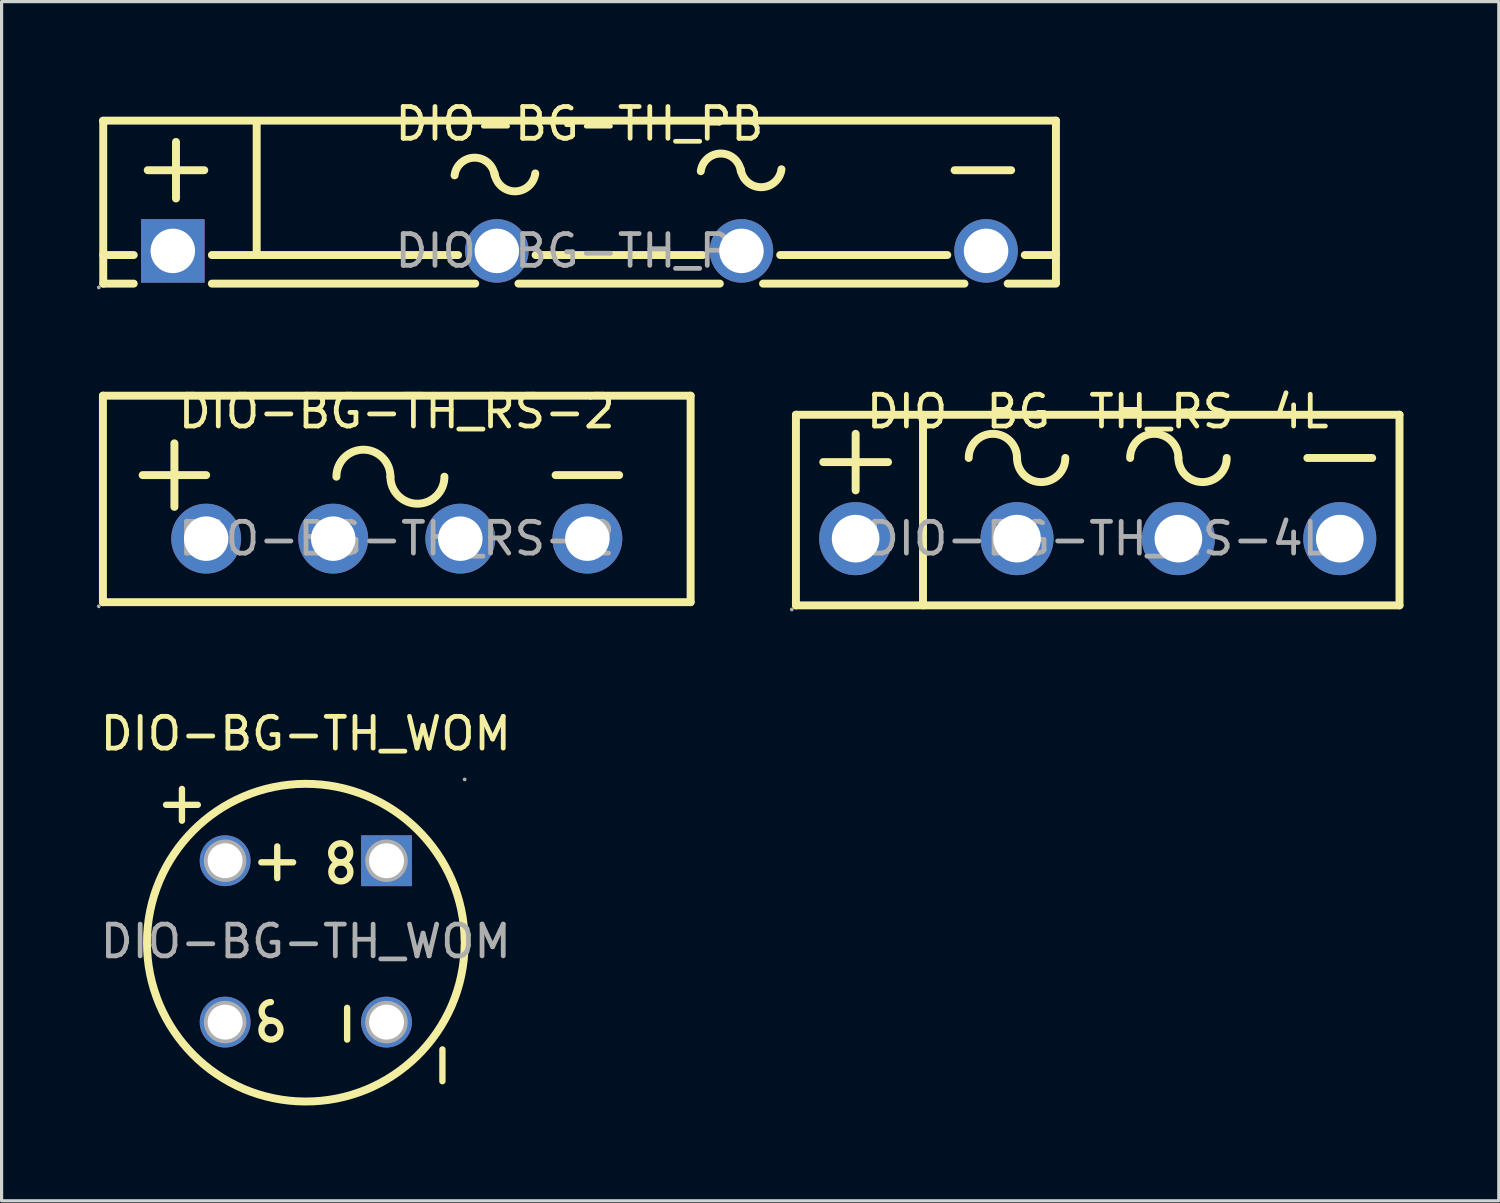
<source format=kicad_pcb>
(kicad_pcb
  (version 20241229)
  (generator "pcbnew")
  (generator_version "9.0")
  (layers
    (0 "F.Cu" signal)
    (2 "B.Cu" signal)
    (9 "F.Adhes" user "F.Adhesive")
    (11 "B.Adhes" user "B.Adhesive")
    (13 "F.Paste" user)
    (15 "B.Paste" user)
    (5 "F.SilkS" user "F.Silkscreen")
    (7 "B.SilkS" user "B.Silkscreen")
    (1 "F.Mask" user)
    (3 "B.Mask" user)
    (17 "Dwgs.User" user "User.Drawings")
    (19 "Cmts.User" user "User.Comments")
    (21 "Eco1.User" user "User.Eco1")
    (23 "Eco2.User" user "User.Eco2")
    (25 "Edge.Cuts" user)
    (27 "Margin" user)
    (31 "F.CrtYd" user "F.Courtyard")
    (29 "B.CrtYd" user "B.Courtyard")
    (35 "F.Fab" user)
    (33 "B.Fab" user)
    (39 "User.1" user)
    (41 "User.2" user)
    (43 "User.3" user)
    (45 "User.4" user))
  (footprint "DIO-BG-TH_WOM"
    (layer "F.Cu")
    (at 6.577 26.585)
    (property "Reference" "DIO-BG-TH_WOM" (at 0 -6.54 0) (layer "F.SilkS") (effects (font (size 1 1) (thickness 0.15))))
    (attr through_hole)
    (fp_line (start -4.4 -4.3) (end -3.4 -4.3) (stroke (width 0.2) (type solid)) (layer "F.SilkS"))
    (fp_line (start -3.9 -3.8) (end -3.9 -4.8) (stroke (width 0.2) (type solid)) (layer "F.SilkS"))
    (fp_line (start -1.4 -2.49) (end -0.4 -2.49) (stroke (width 0.2) (type solid)) (layer "F.SilkS"))
    (fp_line (start -0.9 -1.99) (end -0.9 -2.99) (stroke (width 0.2) (type solid)) (layer "F.SilkS"))
    (fp_line (start 1.3 3.09) (end 1.3 2.09) (stroke (width 0.2) (type solid)) (layer "F.SilkS"))
    (fp_line (start 4.3 4.4) (end 4.3 3.4) (stroke (width 0.2) (type solid)) (layer "F.SilkS"))
    (fp_arc (start -1.1 2.49) (mid -1.39 2.2) (end -1.1 1.91) (stroke (width 0.2) (type solid)) (layer "F.SilkS"))
    (fp_arc (start -1.094764 2.490046) (mid -1.102618 3.089988) (end -1.1 2.49) (stroke (width 0.2) (type solid)) (layer "F.SilkS"))
    (fp_arc (start 1.094764 -2.490046) (mid 1.102618 -3.089988) (end 1.1 -2.49) (stroke (width 0.2) (type solid)) (layer "F.SilkS"))
    (fp_arc (start 1.105236 -2.489954) (mid 1.097382 -1.890012) (end 1.1 -2.49) (stroke (width 0.2) (type solid)) (layer "F.SilkS"))
    (fp_arc (start 5 0.09) (mid -5.000247 0.034944) (end 5.000091 0.000112) (stroke (width 0.25) (type solid)) (layer "F.SilkS"))
    (fp_circle (center -2.54 -2.54) (end -2.32 -2.54) (stroke (width 0.45) (type solid)) (fill no) (layer "F.Fab"))
    (fp_circle (center -2.54 2.54) (end -2.32 2.54) (stroke (width 0.45) (type solid)) (fill no) (layer "F.Fab"))
    (fp_circle (center 2.54 -2.54) (end 2.76 -2.54) (stroke (width 0.45) (type solid)) (fill no) (layer "F.Fab"))
    (fp_circle (center 2.54 2.54) (end 2.76 2.54) (stroke (width 0.45) (type solid)) (fill no) (layer "F.Fab"))
    (fp_circle (center 5 -5.1) (end 5.03 -5.1) (stroke (width 0.06) (type solid)) (fill no) (layer "F.Fab"))
    (fp_text user "${REFERENCE}" (at 0 0 0) (layer "F.Fab") (effects (font (size 1 1) (thickness 0.15))))
    (pad "1" thru_hole rect (at 2.54 -2.54 270) (size 1.6 1.6) (drill 1.1) (layers "*.Cu" "*.Paste" "*.Mask"))
    (pad "2" thru_hole circle (at -2.54 -2.54 270) (size 1.6 1.6) (drill 1.1) (layers "*.Cu" "*.Paste" "*.Mask"))
    (pad "3" thru_hole circle (at -2.54 2.54 270) (size 1.6 1.6) (drill 1.1) (layers "*.Cu" "*.Paste" "*.Mask"))
    (pad "4" thru_hole circle (at 2.54 2.54 270) (size 1.6 1.6) (drill 1.1) (layers "*.Cu" "*.Paste" "*.Mask")))
  (footprint "DIO-BG-TH_RS-4L"
    (layer "F.Cu")
    (at 31.505 13.906)
    (property "Reference" "DIO-BG-TH_RS-4L" (at 0 -4 0) (layer "F.SilkS") (effects (font (size 1 1) (thickness 0.15))))
    (attr through_hole)
    (fp_line (start -9.5 2.1) (end -9.5 -3.9) (stroke (width 0.25) (type solid)) (layer "F.SilkS"))
    (fp_line (start -9.5 2.1) (end 9.5 2.1) (stroke (width 0.25) (type solid)) (layer "F.SilkS"))
    (fp_line (start -8.64 -2.41) (end -6.6 -2.41) (stroke (width 0.25) (type solid)) (layer "F.SilkS"))
    (fp_line (start -7.62 -1.52) (end -7.62 -3.3) (stroke (width 0.25) (type solid)) (layer "F.SilkS"))
    (fp_line (start -5.5 2.1) (end -5.5 -3.9) (stroke (width 0.25) (type solid)) (layer "F.SilkS"))
    (fp_line (start 6.6 -2.54) (end 8.64 -2.54) (stroke (width 0.25) (type solid)) (layer "F.SilkS"))
    (fp_line (start 9.5 -3.9) (end -9.5 -3.9) (stroke (width 0.25) (type solid)) (layer "F.SilkS"))
    (fp_line (start 9.5 2.1) (end 9.5 -3.9) (stroke (width 0.25) (type solid)) (layer "F.SilkS"))
    (fp_arc (start -4.06 -2.54) (mid -3.3 -3.3) (end -2.54 -2.54) (stroke (width 0.25) (type solid)) (layer "F.SilkS"))
    (fp_arc (start -1.02 -2.54) (mid -1.78 -1.78) (end -2.54 -2.54) (stroke (width 0.25) (type solid)) (layer "F.SilkS"))
    (fp_arc (start 1.02 -2.54) (mid 1.78 -3.3) (end 2.54 -2.54) (stroke (width 0.25) (type solid)) (layer "F.SilkS"))
    (fp_arc (start 4.06 -2.54) (mid 3.3 -1.78) (end 2.54 -2.54) (stroke (width 0.25) (type solid)) (layer "F.SilkS"))
    (fp_circle (center -9.63 2.23) (end -9.6 2.23) (stroke (width 0.06) (type solid)) (fill no) (layer "F.Fab"))
    (fp_circle (center -7.62 0) (end -7.29 0) (stroke (width 0.65) (type solid)) (fill no) (layer "F.Fab"))
    (fp_circle (center -2.54 0) (end -2.21 0) (stroke (width 0.65) (type solid)) (fill no) (layer "F.Fab"))
    (fp_circle (center 2.54 0) (end 2.87 0) (stroke (width 0.65) (type solid)) (fill no) (layer "F.Fab"))
    (fp_circle (center 7.62 0) (end 7.95 0) (stroke (width 0.65) (type solid)) (fill no) (layer "F.Fab"))
    (fp_text user "${REFERENCE}" (at 0 0 0) (layer "F.Fab") (effects (font (size 1 1) (thickness 0.15))))
    (pad "1" thru_hole circle (at -7.62 0) (size 2.3 2.3) (drill 1.5) (layers "*.Cu" "*.Paste" "*.Mask"))
    (pad "2" thru_hole circle (at -2.54 0) (size 2.3 2.3) (drill 1.5) (layers "*.Cu" "*.Paste" "*.Mask"))
    (pad "3" thru_hole circle (at 2.54 0) (size 2.3 2.3) (drill 1.5) (layers "*.Cu" "*.Paste" "*.Mask"))
    (pad "4" thru_hole circle (at 7.62 0) (size 2.3 2.3) (drill 1.5) (layers "*.Cu" "*.Paste" "*.Mask")))
  (footprint "DIO-BG-TH_PB"
    (layer "F.Cu")
    (at 15.19 4.848)
    (property "Reference" "DIO-BG-TH_PB" (at 0 -4 0) (layer "F.SilkS") (effects (font (size 1 1) (thickness 0.15))))
    (attr through_hole)
    (fp_line (start -15 -4.1) (end 15 -4.1) (stroke (width 0.25) (type solid)) (layer "F.SilkS"))
    (fp_line (start -14.99 1.03) (end -14.99 -4.07) (stroke (width 0.25) (type solid)) (layer "F.SilkS"))
    (fp_line (start -14.99 1.03) (end -14.03 1.03) (stroke (width 0.25) (type solid)) (layer "F.SilkS"))
    (fp_line (start -14.03 0.13) (end -14.99 0.13) (stroke (width 0.25) (type solid)) (layer "F.SilkS"))
    (fp_line (start -13.59 -2.54) (end -11.81 -2.54) (stroke (width 0.25) (type solid)) (layer "F.SilkS"))
    (fp_line (start -12.7 -3.43) (end -12.7 -1.65) (stroke (width 0.25) (type solid)) (layer "F.SilkS"))
    (fp_line (start -11.57 1.03) (end -3.28 1.03) (stroke (width 0.25) (type solid)) (layer "F.SilkS"))
    (fp_line (start -10.16 -4.06) (end -10.16 0.13) (stroke (width 0.25) (type solid)) (layer "F.SilkS"))
    (fp_line (start -10.16 0.13) (end -11.57 0.13) (stroke (width 0.25) (type solid)) (layer "F.SilkS"))
    (fp_line (start -10.16 0.13) (end -3.82 0.13) (stroke (width 0.25) (type solid)) (layer "F.SilkS"))
    (fp_line (start -1.92 1.03) (end 4.42 1.03) (stroke (width 0.25) (type solid)) (layer "F.SilkS"))
    (fp_line (start -1.38 0.13) (end 3.88 0.13) (stroke (width 0.25) (type solid)) (layer "F.SilkS"))
    (fp_line (start 5.78 1.03) (end 12.12 1.03) (stroke (width 0.25) (type solid)) (layer "F.SilkS"))
    (fp_line (start 6.32 0.13) (end 11.58 0.13) (stroke (width 0.25) (type solid)) (layer "F.SilkS"))
    (fp_line (start 11.81 -2.54) (end 13.59 -2.54) (stroke (width 0.25) (type solid)) (layer "F.SilkS"))
    (fp_line (start 13.48 1.03) (end 15 1.03) (stroke (width 0.25) (type solid)) (layer "F.SilkS"))
    (fp_line (start 14.02 0.13) (end 15 0.13) (stroke (width 0.25) (type solid)) (layer "F.SilkS"))
    (fp_line (start 15 -4.1) (end 15 1) (stroke (width 0.25) (type solid)) (layer "F.SilkS"))
    (fp_arc (start -3.930199 -2.378418) (mid -3.300797 -2.935059) (end -2.67 -2.38) (stroke (width 0.25) (type solid)) (layer "F.SilkS"))
    (fp_arc (start -1.390112 -2.439107) (mid -2.03045 -1.875019) (end -2.67 -2.44) (stroke (width 0.25) (type solid)) (layer "F.SilkS"))
    (fp_arc (start 3.819801 -2.508418) (mid 4.449203 -3.065059) (end 5.08 -2.51) (stroke (width 0.25) (type solid)) (layer "F.SilkS"))
    (fp_arc (start 6.359888 -2.569107) (mid 5.71955 -2.005019) (end 5.08 -2.57) (stroke (width 0.25) (type solid)) (layer "F.SilkS"))
    (fp_circle (center -15.13 1.15) (end -15.1 1.15) (stroke (width 0.06) (type solid)) (fill no) (layer "F.Fab"))
    (fp_circle (center -12.8 0) (end -12.5 0) (stroke (width 0.6) (type solid)) (fill no) (layer "F.Fab"))
    (fp_circle (center -2.6 0) (end -2.3 0) (stroke (width 0.6) (type solid)) (fill no) (layer "F.Fab"))
    (fp_circle (center 5.1 0) (end 5.4 0) (stroke (width 0.6) (type solid)) (fill no) (layer "F.Fab"))
    (fp_circle (center 12.8 0) (end 13.1 0) (stroke (width 0.6) (type solid)) (fill no) (layer "F.Fab"))
    (fp_text user "${REFERENCE}" (at 0 0 0) (layer "F.Fab") (effects (font (size 1 1) (thickness 0.15))))
    (pad "1" thru_hole rect (at -12.8 0) (size 2 2) (drill 1.4) (layers "*.Cu" "*.Paste" "*.Mask"))
    (pad "2" thru_hole circle (at -2.6 0) (size 2 2) (drill 1.4) (layers "*.Cu" "*.Paste" "*.Mask"))
    (pad "3" thru_hole circle (at 5.1 0) (size 2 2) (drill 1.4) (layers "*.Cu" "*.Paste" "*.Mask"))
    (pad "4" thru_hole circle (at 12.8 0) (size 2 2) (drill 1.4) (layers "*.Cu" "*.Paste" "*.Mask")))
  (footprint "DIO-BG-TH_RS-2"
    (layer "F.Cu")
    (at 9.44 13.906)
    (property "Reference" "DIO-BG-TH_RS-2" (at 0 -4 0) (layer "F.SilkS") (effects (font (size 1 1) (thickness 0.15))))
    (attr through_hole)
    (fp_line (start -9.25 -4.5) (end -9.25 2) (stroke (width 0.25) (type solid)) (layer "F.SilkS"))
    (fp_line (start -9.25 2) (end 9.25 2) (stroke (width 0.25) (type solid)) (layer "F.SilkS"))
    (fp_line (start -8 -2) (end -6 -2) (stroke (width 0.25) (type solid)) (layer "F.SilkS"))
    (fp_line (start -7 -3) (end -7 -1) (stroke (width 0.25) (type solid)) (layer "F.SilkS"))
    (fp_line (start 5 -2) (end 7 -2) (stroke (width 0.25) (type solid)) (layer "F.SilkS"))
    (fp_line (start 9.25 -4.5) (end -9.25 -4.5) (stroke (width 0.25) (type solid)) (layer "F.SilkS"))
    (fp_line (start 9.25 2) (end 9.25 -4.5) (stroke (width 0.25) (type solid)) (layer "F.SilkS"))
    (fp_arc (start -1.9 -1.95) (mid -1.05 -2.8) (end -0.2 -1.95) (stroke (width 0.25) (type solid)) (layer "F.SilkS"))
    (fp_arc (start 1.5 -1.95) (mid 0.65 -1.1) (end -0.2 -1.95) (stroke (width 0.25) (type solid)) (layer "F.SilkS"))
    (fp_circle (center -9.38 2.13) (end -9.35 2.13) (stroke (width 0.06) (type solid)) (fill no) (layer "F.Fab"))
    (fp_circle (center -6 0) (end -5.7 0) (stroke (width 0.6) (type solid)) (fill no) (layer "F.Fab"))
    (fp_circle (center -2 0) (end -1.7 0) (stroke (width 0.6) (type solid)) (fill no) (layer "F.Fab"))
    (fp_circle (center 2 0) (end 2.3 0) (stroke (width 0.6) (type solid)) (fill no) (layer "F.Fab"))
    (fp_circle (center 6 0) (end 6.3 0) (stroke (width 0.6) (type solid)) (fill no) (layer "F.Fab"))
    (fp_text user "${REFERENCE}" (at 0 0 0) (layer "F.Fab") (effects (font (size 1 1) (thickness 0.15))))
    (pad "1" thru_hole circle (at -6 0) (size 2.2 2.2) (drill 1.4) (layers "*.Cu" "*.Paste" "*.Mask"))
    (pad "2" thru_hole circle (at -2 0) (size 2.2 2.2) (drill 1.4) (layers "*.Cu" "*.Paste" "*.Mask"))
    (pad "3" thru_hole circle (at 2 0) (size 2.2 2.2) (drill 1.4) (layers "*.Cu" "*.Paste" "*.Mask"))
    (pad "4" thru_hole circle (at 6 0) (size 2.2 2.2) (drill 1.4) (layers "*.Cu" "*.Paste" "*.Mask")))
  (gr_rect
    (start -3 -3)
    (end 44.13 34.75)
    (stroke (width 0.1) (type default))
    (fill no)
    (layer "Edge.Cuts")))
</source>
